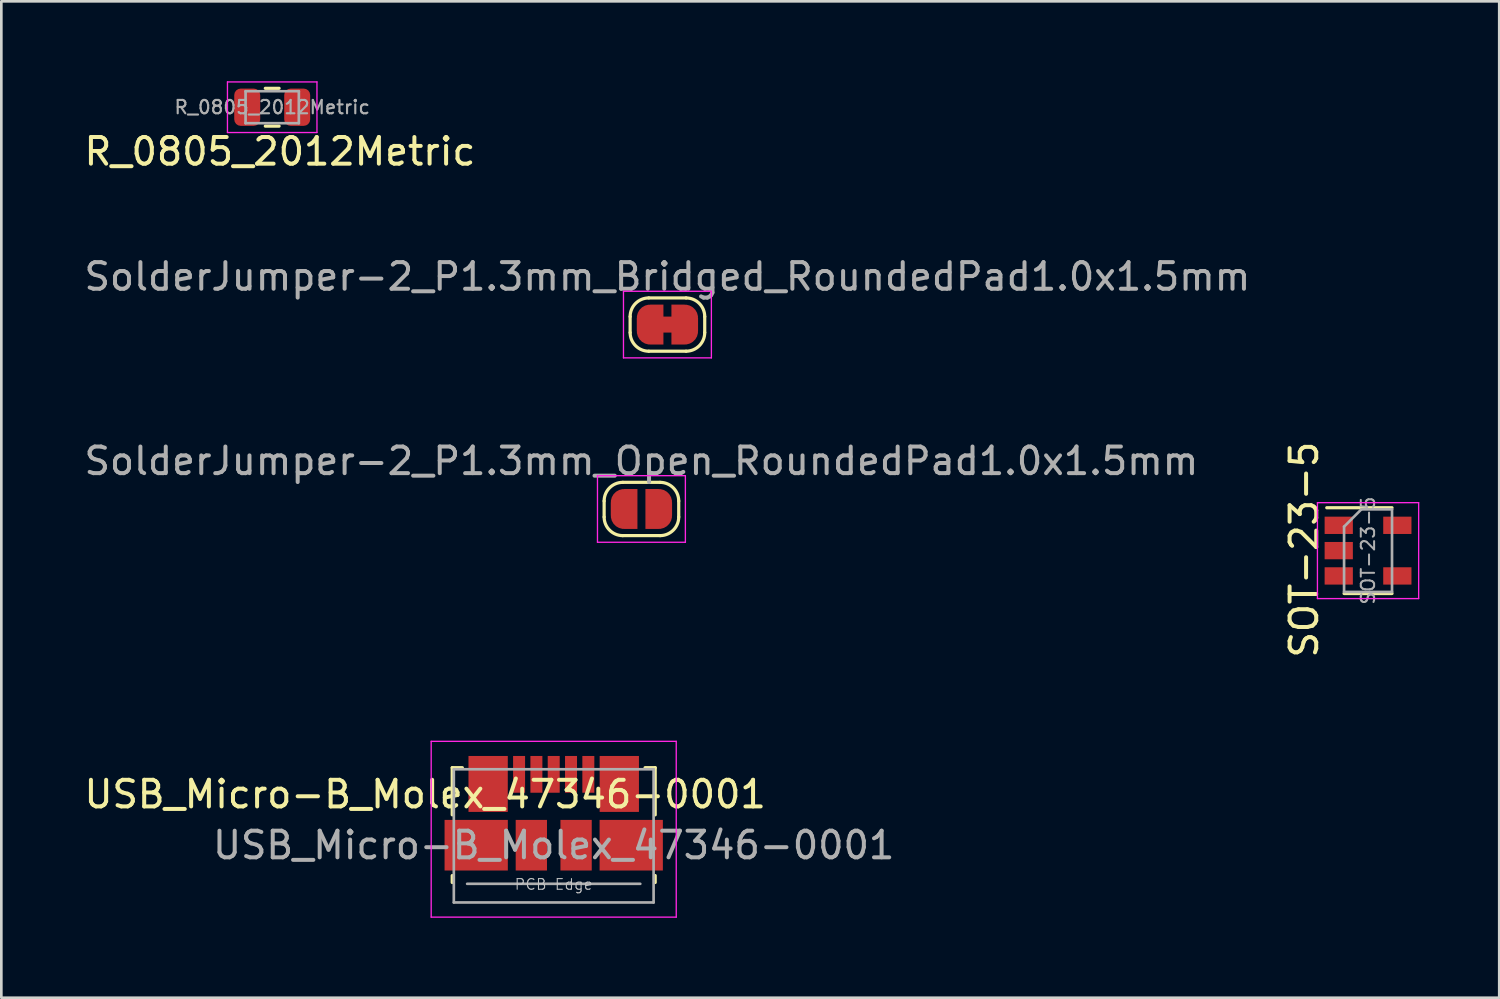
<source format=kicad_pcb>
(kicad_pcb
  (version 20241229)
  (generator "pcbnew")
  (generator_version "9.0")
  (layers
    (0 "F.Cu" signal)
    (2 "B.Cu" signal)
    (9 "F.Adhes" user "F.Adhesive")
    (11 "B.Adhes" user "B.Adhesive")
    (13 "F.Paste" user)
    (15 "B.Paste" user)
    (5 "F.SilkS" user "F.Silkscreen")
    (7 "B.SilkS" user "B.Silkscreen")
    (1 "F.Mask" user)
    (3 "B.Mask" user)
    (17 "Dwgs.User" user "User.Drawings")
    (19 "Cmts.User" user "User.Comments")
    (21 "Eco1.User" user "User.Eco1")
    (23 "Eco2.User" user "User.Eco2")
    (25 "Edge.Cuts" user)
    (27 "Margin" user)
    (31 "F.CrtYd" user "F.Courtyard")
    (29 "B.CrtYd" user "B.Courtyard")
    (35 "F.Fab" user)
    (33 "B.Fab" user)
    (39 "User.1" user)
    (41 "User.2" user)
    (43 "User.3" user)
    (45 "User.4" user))
  (footprint "SolderJumper-2_P1.3mm_Bridged_RoundedPad1.0x1.5mm"
    (layer "F.Cu")
    (at 22.006 9.135)
    (property "Reference" "SolderJumper-2_P1.3mm_Bridged_RoundedPad1.0x1.5mm" (at 0 -1.8 180) (layer "F.Fab") (effects (font (size 1 1) (thickness 0.15))))
    (attr exclude_from_pos_files exclude_from_bom)
    (fp_poly (pts (xy 0.25 -0.3) (xy -0.25 -0.3) (xy -0.25 0.3) (xy 0.25 0.3)) (stroke (width 0) (type solid)) (fill yes) (layer "F.Cu"))
    (fp_line (start -1.4 0.3) (end -1.4 -0.3) (stroke (width 0.12) (type solid)) (layer "F.SilkS"))
    (fp_line (start -0.7 -1) (end 0.7 -1) (stroke (width 0.12) (type solid)) (layer "F.SilkS"))
    (fp_line (start 0.7 1) (end -0.7 1) (stroke (width 0.12) (type solid)) (layer "F.SilkS"))
    (fp_line (start 1.4 -0.3) (end 1.4 0.3) (stroke (width 0.12) (type solid)) (layer "F.SilkS"))
    (fp_arc (start -1.4 -0.3) (mid -1.194975 -0.794975) (end -0.7 -1) (stroke (width 0.12) (type solid)) (layer "F.SilkS"))
    (fp_arc (start -0.7 1) (mid -1.194975 0.794975) (end -1.4 0.3) (stroke (width 0.12) (type solid)) (layer "F.SilkS"))
    (fp_arc (start 0.7 -1) (mid 1.194975 -0.794975) (end 1.4 -0.3) (stroke (width 0.12) (type solid)) (layer "F.SilkS"))
    (fp_arc (start 1.4 0.3) (mid 1.194975 0.794975) (end 0.7 1) (stroke (width 0.12) (type solid)) (layer "F.SilkS"))
    (fp_line (start -1.65 -1.25) (end -1.65 1.25) (stroke (width 0.05) (type solid)) (layer "F.CrtYd"))
    (fp_line (start -1.65 -1.25) (end 1.65 -1.25) (stroke (width 0.05) (type solid)) (layer "F.CrtYd"))
    (fp_line (start 1.65 1.25) (end -1.65 1.25) (stroke (width 0.05) (type solid)) (layer "F.CrtYd"))
    (fp_line (start 1.65 1.25) (end 1.65 -1.25) (stroke (width 0.05) (type solid)) (layer "F.CrtYd"))
    (pad "1" smd custom (at -0.65 0) (size 1 0.5) (layers "F.Cu" "F.Mask") (options (anchor rect)) (primitives (gr_circle (center 0 0.25) (end 0.5 0.25) (width 0) (fill yes)) (gr_circle (center 0 -0.25) (end 0.5 -0.25) (width 0) (fill yes)) (gr_poly (pts (xy 0 -0.75) (xy 0.5 -0.75) (xy 0.5 0.75) (xy 0 0.75)) (width 0) (fill yes))))
    (pad "2" smd custom (at 0.65 0) (size 1 0.5) (layers "F.Cu" "F.Mask") (options (anchor rect)) (primitives (gr_circle (center 0 0.25) (end 0.5 0.25) (width 0) (fill yes)) (gr_circle (center 0 -0.25) (end 0.5 -0.25) (width 0) (fill yes)) (gr_poly (pts (xy 0 -0.75) (xy -0.5 -0.75) (xy -0.5 0.75) (xy 0 0.75)) (width 0) (fill yes)))))
  (footprint "SOT-23-5"
    (layer "F.Cu")
    (at 48.308 17.621)
    (property "Reference" "SOT-23-5" (at -2.4 -0.038 270) (layer "F.SilkS") (effects (font (size 1 1) (thickness 0.15))))
    (attr smd)
    (fp_line (start -0.9 1.61) (end 0.9 1.61) (stroke (width 0.12) (type solid)) (layer "F.SilkS"))
    (fp_line (start 0.9 -1.61) (end -1.55 -1.61) (stroke (width 0.12) (type solid)) (layer "F.SilkS"))
    (fp_line (start -1.9 -1.8) (end 1.9 -1.8) (stroke (width 0.05) (type solid)) (layer "F.CrtYd"))
    (fp_line (start -1.9 1.8) (end -1.9 -1.8) (stroke (width 0.05) (type solid)) (layer "F.CrtYd"))
    (fp_line (start 1.9 -1.8) (end 1.9 1.8) (stroke (width 0.05) (type solid)) (layer "F.CrtYd"))
    (fp_line (start 1.9 1.8) (end -1.9 1.8) (stroke (width 0.05) (type solid)) (layer "F.CrtYd"))
    (fp_line (start -0.9 -0.9) (end -0.9 1.55) (stroke (width 0.1) (type solid)) (layer "F.Fab"))
    (fp_line (start -0.9 -0.9) (end -0.25 -1.55) (stroke (width 0.1) (type solid)) (layer "F.Fab"))
    (fp_line (start 0.9 -1.55) (end -0.25 -1.55) (stroke (width 0.1) (type solid)) (layer "F.Fab"))
    (fp_line (start 0.9 -1.55) (end 0.9 1.55) (stroke (width 0.1) (type solid)) (layer "F.Fab"))
    (fp_line (start 0.9 1.55) (end -0.9 1.55) (stroke (width 0.1) (type solid)) (layer "F.Fab"))
    (fp_text user "${REFERENCE}" (at 0 0 90) (layer "F.Fab") (effects (font (size 0.5 0.5) (thickness 0.075))))
    (pad "1" smd rect (at -1.1 -0.95) (size 1.06 0.65) (layers "F.Cu" "F.Mask" "F.Paste"))
    (pad "2" smd rect (at -1.1 0) (size 1.06 0.65) (layers "F.Cu" "F.Mask" "F.Paste"))
    (pad "3" smd rect (at -1.1 0.95) (size 1.06 0.65) (layers "F.Cu" "F.Mask" "F.Paste"))
    (pad "4" smd rect (at 1.1 0.95) (size 1.06 0.65) (layers "F.Cu" "F.Mask" "F.Paste"))
    (pad "5" smd rect (at 1.1 -0.95) (size 1.06 0.65) (layers "F.Cu" "F.Mask" "F.Paste")))
  (footprint "USB_Micro-B_Molex_47346-0001"
    (layer "F.Cu")
    (at 17.737 27.48)
    (property "Reference" "USB_Micro-B_Molex_47346-0001" (at -4.826 -0.711 0) (layer "F.SilkS") (effects (font (size 1 1) (thickness 0.15))))
    (attr smd)
    (fp_line (start -3.81 -1.71) (end -3.43 -1.71) (stroke (width 0.12) (type solid)) (layer "F.SilkS"))
    (fp_line (start -3.81 0.06) (end -3.81 -1.71) (stroke (width 0.12) (type solid)) (layer "F.SilkS"))
    (fp_line (start -3.81 2.6) (end -3.81 2.34) (stroke (width 0.12) (type solid)) (layer "F.SilkS"))
    (fp_line (start 3.81 -1.71) (end 3.43 -1.71) (stroke (width 0.12) (type solid)) (layer "F.SilkS"))
    (fp_line (start 3.81 -1.71) (end 3.81 0.06) (stroke (width 0.12) (type solid)) (layer "F.SilkS"))
    (fp_line (start 3.81 2.34) (end 3.81 2.6) (stroke (width 0.12) (type solid)) (layer "F.SilkS"))
    (fp_line (start -4.6 -2.7) (end 4.6 -2.7) (stroke (width 0.05) (type solid)) (layer "F.CrtYd"))
    (fp_line (start -4.6 3.9) (end -4.6 -2.7) (stroke (width 0.05) (type solid)) (layer "F.CrtYd"))
    (fp_line (start 4.6 -2.7) (end 4.6 3.9) (stroke (width 0.05) (type solid)) (layer "F.CrtYd"))
    (fp_line (start 4.6 3.9) (end -4.6 3.9) (stroke (width 0.05) (type solid)) (layer "F.CrtYd"))
    (fp_line (start -3.75 -1.65) (end 3.75 -1.65) (stroke (width 0.1) (type solid)) (layer "F.Fab"))
    (fp_line (start -3.75 3.35) (end -3.75 -1.65) (stroke (width 0.1) (type solid)) (layer "F.Fab"))
    (fp_line (start -3.25 2.65) (end 3.25 2.65) (stroke (width 0.1) (type solid)) (layer "F.Fab"))
    (fp_line (start 3.75 -1.65) (end 3.75 3.35) (stroke (width 0.1) (type solid)) (layer "F.Fab"))
    (fp_line (start 3.75 3.35) (end -3.75 3.35) (stroke (width 0.1) (type solid)) (layer "F.Fab"))
    (fp_text user "PCB Edge" (at 0 2.67 0) (layer "Dwgs.User") (effects (font (size 0.4 0.4) (thickness 0.04))))
    (fp_text user "${REFERENCE}" (at 0 1.2 180) (layer "F.Fab") (effects (font (size 1 1) (thickness 0.15))))
    (pad "1" smd rect (at -1.3 -1.46) (size 0.45 1.38) (layers "F.Cu" "F.Mask" "F.Paste"))
    (pad "2" smd rect (at -0.65 -1.46) (size 0.45 1.38) (layers "F.Cu" "F.Mask" "F.Paste"))
    (pad "3" smd rect (at 0 -1.46) (size 0.45 1.38) (layers "F.Cu" "F.Mask" "F.Paste"))
    (pad "4" smd rect (at 0.65 -1.46) (size 0.45 1.38) (layers "F.Cu" "F.Mask" "F.Paste"))
    (pad "5" smd rect (at 1.3 -1.46) (size 0.45 1.38) (layers "F.Cu" "F.Mask" "F.Paste"))
    (pad "6" smd rect (at -2.91 1.2) (size 2.375 1.9) (layers "F.Cu" "F.Mask" "F.Paste"))
    (pad "6" smd rect (at -2.462 -1.1) (size 1.475 2.1) (layers "F.Cu" "F.Mask" "F.Paste"))
    (pad "6" smd rect (at -0.84 1.2) (size 1.175 1.9) (layers "F.Cu" "F.Mask" "F.Paste"))
    (pad "6" smd rect (at 0.84 1.2) (size 1.175 1.9) (layers "F.Cu" "F.Mask" "F.Paste"))
    (pad "6" smd rect (at 2.462 -1.1) (size 1.475 2.1) (layers "F.Cu" "F.Mask" "F.Paste"))
    (pad "6" smd rect (at 2.91 1.2) (size 2.375 1.9) (layers "F.Cu" "F.Mask" "F.Paste")))
  (footprint "R_0805_2012Metric"
    (layer "F.Cu")
    (at 7.169 0.975)
    (property "Reference" "R_0805_2012Metric" (at 0.29 1.664 0) (layer "F.SilkS") (effects (font (size 1 1) (thickness 0.15))))
    (attr smd)
    (fp_line (start -0.259 -0.71) (end 0.259 -0.71) (stroke (width 0.12) (type solid)) (layer "F.SilkS"))
    (fp_line (start -0.259 0.71) (end 0.259 0.71) (stroke (width 0.12) (type solid)) (layer "F.SilkS"))
    (fp_line (start -1.68 -0.95) (end 1.68 -0.95) (stroke (width 0.05) (type solid)) (layer "F.CrtYd"))
    (fp_line (start -1.68 0.95) (end -1.68 -0.95) (stroke (width 0.05) (type solid)) (layer "F.CrtYd"))
    (fp_line (start 1.68 -0.95) (end 1.68 0.95) (stroke (width 0.05) (type solid)) (layer "F.CrtYd"))
    (fp_line (start 1.68 0.95) (end -1.68 0.95) (stroke (width 0.05) (type solid)) (layer "F.CrtYd"))
    (fp_line (start -1 -0.6) (end 1 -0.6) (stroke (width 0.1) (type solid)) (layer "F.Fab"))
    (fp_line (start -1 0.6) (end -1 -0.6) (stroke (width 0.1) (type solid)) (layer "F.Fab"))
    (fp_line (start 1 -0.6) (end 1 0.6) (stroke (width 0.1) (type solid)) (layer "F.Fab"))
    (fp_line (start 1 0.6) (end -1 0.6) (stroke (width 0.1) (type solid)) (layer "F.Fab"))
    (fp_text user "${REFERENCE}" (at 0 0 0) (layer "F.Fab") (effects (font (size 0.5 0.5) (thickness 0.08))))
    (pad "1" smd roundrect (at -0.938 0) (size 0.975 1.4) (layers "F.Cu" "F.Mask" "F.Paste") (roundrect_rratio 0.25))
    (pad "2" smd roundrect (at 0.938 0) (size 0.975 1.4) (layers "F.Cu" "F.Mask" "F.Paste") (roundrect_rratio 0.25)))
  (footprint "SolderJumper-2_P1.3mm_Open_RoundedPad1.0x1.5mm"
    (layer "F.Cu")
    (at 21.03 16.058)
    (property "Reference" "SolderJumper-2_P1.3mm_Open_RoundedPad1.0x1.5mm" (at 0 -1.8 180) (layer "F.Fab") (effects (font (size 1 1) (thickness 0.15))))
    (attr exclude_from_pos_files exclude_from_bom)
    (fp_line (start -1.4 0.3) (end -1.4 -0.3) (stroke (width 0.12) (type solid)) (layer "F.SilkS"))
    (fp_line (start -0.7 -1) (end 0.7 -1) (stroke (width 0.12) (type solid)) (layer "F.SilkS"))
    (fp_line (start 0.7 1) (end -0.7 1) (stroke (width 0.12) (type solid)) (layer "F.SilkS"))
    (fp_line (start 1.4 -0.3) (end 1.4 0.3) (stroke (width 0.12) (type solid)) (layer "F.SilkS"))
    (fp_arc (start -1.4 -0.3) (mid -1.194975 -0.794975) (end -0.7 -1) (stroke (width 0.12) (type solid)) (layer "F.SilkS"))
    (fp_arc (start -0.7 1) (mid -1.194975 0.794975) (end -1.4 0.3) (stroke (width 0.12) (type solid)) (layer "F.SilkS"))
    (fp_arc (start 0.7 -1) (mid 1.194975 -0.794975) (end 1.4 -0.3) (stroke (width 0.12) (type solid)) (layer "F.SilkS"))
    (fp_arc (start 1.4 0.3) (mid 1.194975 0.794975) (end 0.7 1) (stroke (width 0.12) (type solid)) (layer "F.SilkS"))
    (fp_line (start -1.65 -1.25) (end -1.65 1.25) (stroke (width 0.05) (type solid)) (layer "F.CrtYd"))
    (fp_line (start -1.65 -1.25) (end 1.65 -1.25) (stroke (width 0.05) (type solid)) (layer "F.CrtYd"))
    (fp_line (start 1.65 1.25) (end -1.65 1.25) (stroke (width 0.05) (type solid)) (layer "F.CrtYd"))
    (fp_line (start 1.65 1.25) (end 1.65 -1.25) (stroke (width 0.05) (type solid)) (layer "F.CrtYd"))
    (pad "1" smd custom (at -0.65 0) (size 1 0.5) (layers "F.Cu" "F.Mask") (options (anchor rect)) (primitives (gr_circle (center 0 0.25) (end 0.5 0.25) (width 0) (fill yes)) (gr_circle (center 0 -0.25) (end 0.5 -0.25) (width 0) (fill yes)) (gr_poly (pts (xy 0 -0.75) (xy 0.5 -0.75) (xy 0.5 0.75) (xy 0 0.75)) (width 0) (fill yes))))
    (pad "2" smd custom (at 0.65 0) (size 1 0.5) (layers "F.Cu" "F.Mask") (options (anchor rect)) (primitives (gr_circle (center 0 0.25) (end 0.5 0.25) (width 0) (fill yes)) (gr_circle (center 0 -0.25) (end 0.5 -0.25) (width 0) (fill yes)) (gr_poly (pts (xy 0 -0.75) (xy -0.5 -0.75) (xy -0.5 0.75) (xy 0 0.75)) (width 0) (fill yes)))))
  (gr_rect
    (start -3 -3)
    (end 53.233 34.405)
    (stroke (width 0.1) (type default))
    (fill no)
    (layer "Edge.Cuts")))
</source>
